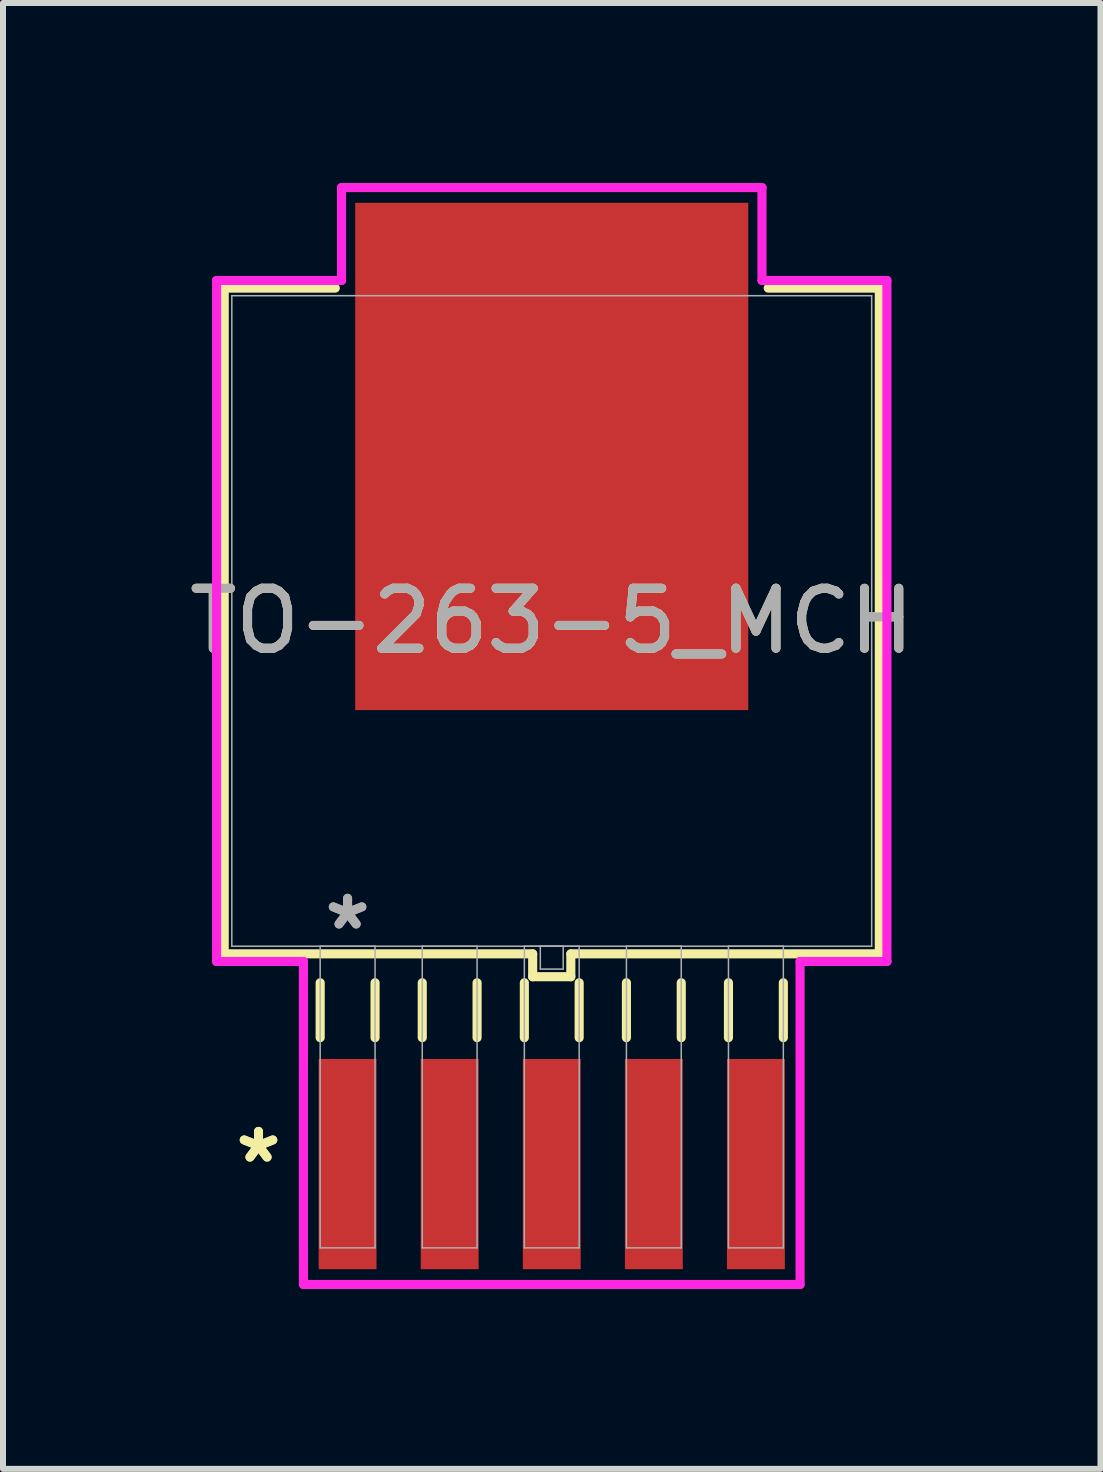
<source format=kicad_pcb>
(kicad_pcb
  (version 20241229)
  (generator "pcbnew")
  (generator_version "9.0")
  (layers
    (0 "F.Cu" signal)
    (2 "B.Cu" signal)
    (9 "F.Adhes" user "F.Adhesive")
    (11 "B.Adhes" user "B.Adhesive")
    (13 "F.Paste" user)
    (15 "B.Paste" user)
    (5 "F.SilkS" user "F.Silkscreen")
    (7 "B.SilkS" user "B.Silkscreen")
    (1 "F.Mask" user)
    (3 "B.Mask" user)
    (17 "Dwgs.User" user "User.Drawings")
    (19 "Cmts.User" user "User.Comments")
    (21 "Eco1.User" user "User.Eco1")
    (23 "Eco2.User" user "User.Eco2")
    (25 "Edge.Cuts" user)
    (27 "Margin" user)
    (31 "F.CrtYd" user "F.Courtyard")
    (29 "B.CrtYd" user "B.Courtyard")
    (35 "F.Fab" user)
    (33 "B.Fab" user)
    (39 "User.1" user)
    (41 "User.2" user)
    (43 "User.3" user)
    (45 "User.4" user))
  (footprint "TO-263-5_MCH"
    (layer "F.Cu")
    (at 6.149 7.303)
    (property "Reference" "TO-263-5_MCH" (at 0 0 0) (unlocked yes) (layer "F.SilkS") (effects (font (size 1 1) (thickness 0.15))))
    (attr smd)
    (fp_line (start -5.461 -5.55) (end -5.461 5.55) (stroke (width 0.152) (type solid)) (layer "F.SilkS"))
    (fp_line (start -5.461 5.55) (end -0.318 5.55) (stroke (width 0.152) (type solid)) (layer "F.SilkS"))
    (fp_line (start -3.861 6.032) (end -3.861 6.947) (stroke (width 0.152) (type solid)) (layer "F.SilkS"))
    (fp_line (start -3.609 -5.55) (end -5.461 -5.55) (stroke (width 0.152) (type solid)) (layer "F.SilkS"))
    (fp_line (start -2.946 6.032) (end -2.946 6.947) (stroke (width 0.152) (type solid)) (layer "F.SilkS"))
    (fp_line (start -2.159 6.032) (end -2.159 6.947) (stroke (width 0.152) (type solid)) (layer "F.SilkS"))
    (fp_line (start -1.245 6.032) (end -1.245 6.947) (stroke (width 0.152) (type solid)) (layer "F.SilkS"))
    (fp_line (start -0.457 6.032) (end -0.457 6.947) (stroke (width 0.152) (type solid)) (layer "F.SilkS"))
    (fp_line (start -0.318 5.55) (end -0.318 5.931) (stroke (width 0.152) (type solid)) (layer "F.SilkS"))
    (fp_line (start -0.318 5.931) (end 0.318 5.931) (stroke (width 0.152) (type solid)) (layer "F.SilkS"))
    (fp_line (start 0.318 5.55) (end 5.461 5.55) (stroke (width 0.152) (type solid)) (layer "F.SilkS"))
    (fp_line (start 0.318 5.931) (end 0.318 5.55) (stroke (width 0.152) (type solid)) (layer "F.SilkS"))
    (fp_line (start 0.457 6.032) (end 0.457 6.947) (stroke (width 0.152) (type solid)) (layer "F.SilkS"))
    (fp_line (start 1.245 6.032) (end 1.245 6.947) (stroke (width 0.152) (type solid)) (layer "F.SilkS"))
    (fp_line (start 2.159 6.032) (end 2.159 6.947) (stroke (width 0.152) (type solid)) (layer "F.SilkS"))
    (fp_line (start 2.946 6.032) (end 2.946 6.947) (stroke (width 0.152) (type solid)) (layer "F.SilkS"))
    (fp_line (start 3.861 6.032) (end 3.861 6.947) (stroke (width 0.152) (type solid)) (layer "F.SilkS"))
    (fp_line (start 5.461 -5.55) (end 3.609 -5.55) (stroke (width 0.152) (type solid)) (layer "F.SilkS"))
    (fp_line (start 5.461 5.55) (end 5.461 -5.55) (stroke (width 0.152) (type solid)) (layer "F.SilkS"))
    (fp_line (start -5.588 -5.677) (end -3.505 -5.677) (stroke (width 0.152) (type solid)) (layer "F.CrtYd"))
    (fp_line (start -5.588 5.677) (end -5.588 -5.677) (stroke (width 0.152) (type solid)) (layer "F.CrtYd"))
    (fp_line (start -4.14 5.677) (end -5.588 5.677) (stroke (width 0.152) (type solid)) (layer "F.CrtYd"))
    (fp_line (start -4.14 11.062) (end -4.14 5.677) (stroke (width 0.152) (type solid)) (layer "F.CrtYd"))
    (fp_line (start -3.505 -7.226) (end 3.505 -7.226) (stroke (width 0.152) (type solid)) (layer "F.CrtYd"))
    (fp_line (start -3.505 -5.677) (end -3.505 -7.226) (stroke (width 0.152) (type solid)) (layer "F.CrtYd"))
    (fp_line (start 3.505 -7.226) (end 3.505 -5.677) (stroke (width 0.152) (type solid)) (layer "F.CrtYd"))
    (fp_line (start 3.505 -5.677) (end 5.588 -5.677) (stroke (width 0.152) (type solid)) (layer "F.CrtYd"))
    (fp_line (start 4.14 5.677) (end 4.14 11.062) (stroke (width 0.152) (type solid)) (layer "F.CrtYd"))
    (fp_line (start 4.14 11.062) (end -4.14 11.062) (stroke (width 0.152) (type solid)) (layer "F.CrtYd"))
    (fp_line (start 5.588 -5.677) (end 5.588 5.677) (stroke (width 0.152) (type solid)) (layer "F.CrtYd"))
    (fp_line (start 5.588 5.677) (end 4.14 5.677) (stroke (width 0.152) (type solid)) (layer "F.CrtYd"))
    (fp_line (start -5.334 -5.423) (end -5.334 5.423) (stroke (width 0.025) (type solid)) (layer "F.Fab"))
    (fp_line (start -5.334 5.423) (end 5.334 5.423) (stroke (width 0.025) (type solid)) (layer "F.Fab"))
    (fp_line (start -3.861 5.423) (end -3.861 10.452) (stroke (width 0.025) (type solid)) (layer "F.Fab"))
    (fp_line (start -3.861 10.452) (end -2.946 10.452) (stroke (width 0.025) (type solid)) (layer "F.Fab"))
    (fp_line (start -2.946 5.423) (end -3.861 5.423) (stroke (width 0.025) (type solid)) (layer "F.Fab"))
    (fp_line (start -2.946 10.452) (end -2.946 5.423) (stroke (width 0.025) (type solid)) (layer "F.Fab"))
    (fp_line (start -2.159 5.423) (end -2.159 10.452) (stroke (width 0.025) (type solid)) (layer "F.Fab"))
    (fp_line (start -2.159 10.452) (end -1.245 10.452) (stroke (width 0.025) (type solid)) (layer "F.Fab"))
    (fp_line (start -1.245 5.423) (end -2.159 5.423) (stroke (width 0.025) (type solid)) (layer "F.Fab"))
    (fp_line (start -1.245 10.452) (end -1.245 5.423) (stroke (width 0.025) (type solid)) (layer "F.Fab"))
    (fp_line (start -0.457 5.423) (end -0.457 10.452) (stroke (width 0.025) (type solid)) (layer "F.Fab"))
    (fp_line (start -0.457 10.452) (end 0.457 10.452) (stroke (width 0.025) (type solid)) (layer "F.Fab"))
    (fp_line (start -0.191 5.423) (end -0.191 5.804) (stroke (width 0.025) (type solid)) (layer "F.Fab"))
    (fp_line (start -0.191 5.804) (end 0.191 5.804) (stroke (width 0.025) (type solid)) (layer "F.Fab"))
    (fp_line (start 0.191 5.423) (end -0.191 5.423) (stroke (width 0.025) (type solid)) (layer "F.Fab"))
    (fp_line (start 0.191 5.804) (end 0.191 5.423) (stroke (width 0.025) (type solid)) (layer "F.Fab"))
    (fp_line (start 0.457 5.423) (end -0.457 5.423) (stroke (width 0.025) (type solid)) (layer "F.Fab"))
    (fp_line (start 0.457 10.452) (end 0.457 5.423) (stroke (width 0.025) (type solid)) (layer "F.Fab"))
    (fp_line (start 1.245 5.423) (end 1.245 10.452) (stroke (width 0.025) (type solid)) (layer "F.Fab"))
    (fp_line (start 1.245 10.452) (end 2.159 10.452) (stroke (width 0.025) (type solid)) (layer "F.Fab"))
    (fp_line (start 2.159 5.423) (end 1.245 5.423) (stroke (width 0.025) (type solid)) (layer "F.Fab"))
    (fp_line (start 2.159 10.452) (end 2.159 5.423) (stroke (width 0.025) (type solid)) (layer "F.Fab"))
    (fp_line (start 2.946 5.423) (end 2.946 10.452) (stroke (width 0.025) (type solid)) (layer "F.Fab"))
    (fp_line (start 2.946 10.452) (end 3.861 10.452) (stroke (width 0.025) (type solid)) (layer "F.Fab"))
    (fp_line (start 3.861 5.423) (end 2.946 5.423) (stroke (width 0.025) (type solid)) (layer "F.Fab"))
    (fp_line (start 3.861 10.452) (end 3.861 5.423) (stroke (width 0.025) (type solid)) (layer "F.Fab"))
    (fp_line (start 5.334 -5.423) (end -5.334 -5.423) (stroke (width 0.025) (type solid)) (layer "F.Fab"))
    (fp_line (start 5.334 5.423) (end 5.334 -5.423) (stroke (width 0.025) (type solid)) (layer "F.Fab"))
    (fp_text user "*" (at -4.889 9.055 0) (layer "F.SilkS") (effects (font (size 1 1) (thickness 0.15))))
    (fp_text user "*" (at -4.889 9.055 0) (unlocked yes) (layer "F.SilkS") (effects (font (size 1 1) (thickness 0.15))))
    (fp_text user "*" (at -3.404 5.169 0) (layer "F.Fab") (effects (font (size 1 1) (thickness 0.15))))
    (fp_text user "*" (at -3.404 5.169 0) (unlocked yes) (layer "F.Fab") (effects (font (size 1 1) (thickness 0.15))))
    (fp_text user "${REFERENCE}" (at 0 0 0) (unlocked yes) (layer "F.Fab") (effects (font (size 1 1) (thickness 0.15))))
    (pad "1" smd rect (at -3.404 9.055) (size 0.965 3.505) (layers "F.Cu" "F.Mask" "F.Paste"))
    (pad "2" smd rect (at -1.702 9.055) (size 0.965 3.505) (layers "F.Cu" "F.Mask" "F.Paste"))
    (pad "3" smd rect (at 0 9.055) (size 0.965 3.505) (layers "F.Cu" "F.Mask" "F.Paste"))
    (pad "4" smd rect (at 1.702 9.055) (size 0.965 3.505) (layers "F.Cu" "F.Mask" "F.Paste"))
    (pad "5" smd rect (at 3.404 9.055) (size 0.965 3.505) (layers "F.Cu" "F.Mask" "F.Paste"))
    (pad "6" smd rect (at 0 -2.743) (size 6.553 8.458) (layers "F.Cu" "F.Mask" "F.Paste")))
  (gr_rect
    (start -3 -3)
    (end 15.298 21.44)
    (stroke (width 0.1) (type default))
    (fill no)
    (layer "Edge.Cuts")))
</source>
